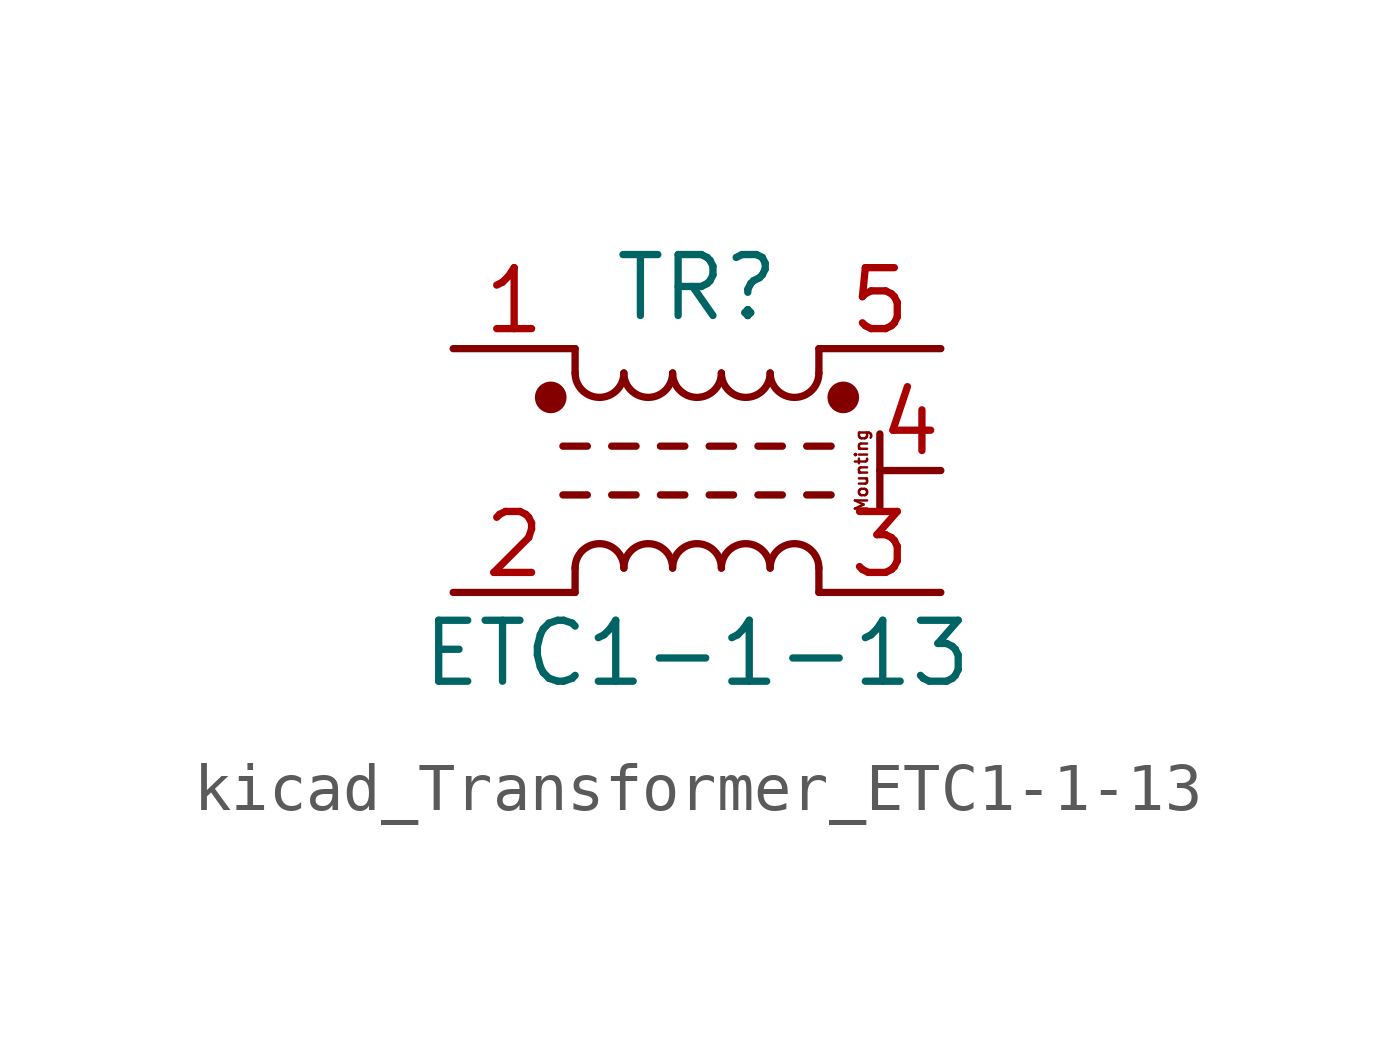
<source format=kicad_sym>
(kicad_symbol_lib
  (version 20220914)
  (generator kicad_symbol_editor)
  (symbol "kicad_Transformer_ETC1-1-13"
    (pin_names hide)
    (property "Reference" "TR"
      (at 0 3.81 0)
      (effects (font (size 1.27 1.27))))
    (property "Value" "ETC1-1-13"
      (at 0 -3.81 0)
      (effects (font (size 1.27 1.27))))
    (symbol "kicad_Transformer_ETC1-1-13_0_0"
      (polyline (pts (xy 3.81 0.762) (xy 3.81 -0.762)) (stroke (width 0) (type default)) (fill (type none)))
      (text "Mounting" (at 3.429 0 900) (effects (font (size 0.254 0.254) bold))))
    (symbol "kicad_Transformer_ETC1-1-13_1_1"
      (circle (center -3.048 1.524) (radius 0.254) (stroke (width 0) (type default)) (fill (type outline)))
      (arc (start -2.54 2.032) (mid -2.032 1.5262) (end -1.524 2.032) (stroke (width 0) (type default)) (fill (type none)))
      (arc (start -1.524 -2.032) (mid -2.032 -1.5262) (end -2.54 -2.032) (stroke (width 0) (type default)) (fill (type none)))
      (arc (start -1.524 2.032) (mid -1.016 1.5262) (end -0.508 2.032) (stroke (width 0) (type default)) (fill (type none)))
      (arc (start -0.508 -2.032) (mid -1.016 -1.5262) (end -1.524 -2.032) (stroke (width 0) (type default)) (fill (type none)))
      (arc (start -0.508 2.032) (mid 0 1.5262) (end 0.508 2.032) (stroke (width 0) (type default)) (fill (type none)))
      (polyline (pts (xy -2.794 -0.508) (xy -2.286 -0.508)) (stroke (width 0) (type default)) (fill (type none)))
      (polyline (pts (xy -2.794 0.508) (xy -2.286 0.508)) (stroke (width 0) (type default)) (fill (type none)))
      (polyline (pts (xy -2.54 -2.032) (xy -2.54 -2.54)) (stroke (width 0) (type default)) (fill (type none)))
      (polyline (pts (xy -2.54 2.032) (xy -2.54 2.54)) (stroke (width 0) (type default)) (fill (type none)))
      (polyline (pts (xy -1.778 -0.508) (xy -1.27 -0.508)) (stroke (width 0) (type default)) (fill (type none)))
      (polyline (pts (xy -1.778 0.508) (xy -1.27 0.508)) (stroke (width 0) (type default)) (fill (type none)))
      (polyline (pts (xy -0.762 -0.508) (xy -0.254 -0.508)) (stroke (width 0) (type default)) (fill (type none)))
      (polyline (pts (xy -0.762 0.508) (xy -0.254 0.508)) (stroke (width 0) (type default)) (fill (type none)))
      (polyline (pts (xy 0.254 -0.508) (xy 0.762 -0.508)) (stroke (width 0) (type default)) (fill (type none)))
      (polyline (pts (xy 0.254 0.508) (xy 0.762 0.508)) (stroke (width 0) (type default)) (fill (type none)))
      (polyline (pts (xy 1.27 -0.508) (xy 1.778 -0.508)) (stroke (width 0) (type default)) (fill (type none)))
      (polyline (pts (xy 1.27 0.508) (xy 1.778 0.508)) (stroke (width 0) (type default)) (fill (type none)))
      (polyline (pts (xy 2.286 -0.508) (xy 2.794 -0.508)) (stroke (width 0) (type default)) (fill (type none)))
      (polyline (pts (xy 2.286 0.508) (xy 2.794 0.508)) (stroke (width 0) (type default)) (fill (type none)))
      (polyline (pts (xy 2.54 -2.032) (xy 2.54 -2.54)) (stroke (width 0) (type default)) (fill (type none)))
      (polyline (pts (xy 2.54 2.54) (xy 2.54 2.032)) (stroke (width 0) (type default)) (fill (type none)))
      (arc (start 0.508 -2.032) (mid 0 -1.5262) (end -0.508 -2.032) (stroke (width 0) (type default)) (fill (type none)))
      (arc (start 0.508 2.032) (mid 1.016 1.5262) (end 1.524 2.032) (stroke (width 0) (type default)) (fill (type none)))
      (arc (start 1.524 -2.032) (mid 1.016 -1.5262) (end 0.508 -2.032) (stroke (width 0) (type default)) (fill (type none)))
      (arc (start 1.524 2.032) (mid 2.032 1.5262) (end 2.54 2.032) (stroke (width 0) (type default)) (fill (type none)))
      (arc (start 2.54 -2.032) (mid 2.032 -1.5262) (end 1.524 -2.032) (stroke (width 0) (type default)) (fill (type none)))
      (circle (center 3.048 1.524) (radius 0.254) (stroke (width 0) (type default)) (fill (type outline)))
      (pin passive line (at -5.08 2.54 0) (length 2.54) (name "~" (effects (font (size 1.27 1.27)))) (number "1" (effects (font (size 1.27 1.27)))))
      (pin passive line (at -5.08 -2.54 0) (length 2.54) (name "~" (effects (font (size 1.27 1.27)))) (number "2" (effects (font (size 1.27 1.27)))))
      (pin passive line (at 5.08 -2.54 180) (length 2.54) (name "~" (effects (font (size 1.27 1.27)))) (number "3" (effects (font (size 1.27 1.27)))))
      (pin passive line (at 5.08 0 180) (length 1.27) (name "MP" (effects (font (size 1.27 1.27)))) (number "4" (effects (font (size 1.27 1.27)))))
      (pin passive line (at 5.08 2.54 180) (length 2.54) (name "~" (effects (font (size 1.27 1.27)))) (number "5" (effects (font (size 1.27 1.27))))))))
</source>
